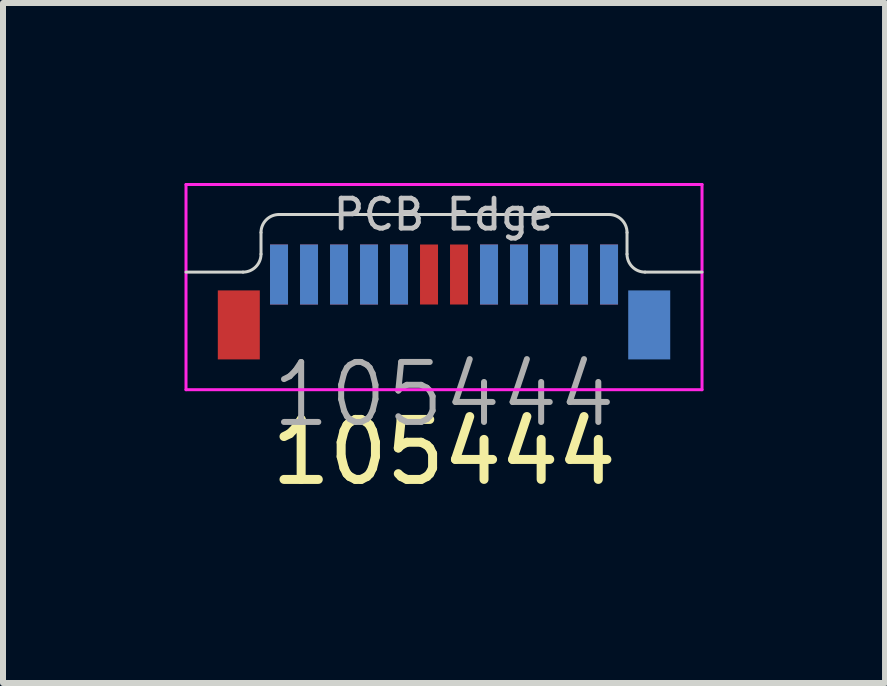
<source format=kicad_pcb>
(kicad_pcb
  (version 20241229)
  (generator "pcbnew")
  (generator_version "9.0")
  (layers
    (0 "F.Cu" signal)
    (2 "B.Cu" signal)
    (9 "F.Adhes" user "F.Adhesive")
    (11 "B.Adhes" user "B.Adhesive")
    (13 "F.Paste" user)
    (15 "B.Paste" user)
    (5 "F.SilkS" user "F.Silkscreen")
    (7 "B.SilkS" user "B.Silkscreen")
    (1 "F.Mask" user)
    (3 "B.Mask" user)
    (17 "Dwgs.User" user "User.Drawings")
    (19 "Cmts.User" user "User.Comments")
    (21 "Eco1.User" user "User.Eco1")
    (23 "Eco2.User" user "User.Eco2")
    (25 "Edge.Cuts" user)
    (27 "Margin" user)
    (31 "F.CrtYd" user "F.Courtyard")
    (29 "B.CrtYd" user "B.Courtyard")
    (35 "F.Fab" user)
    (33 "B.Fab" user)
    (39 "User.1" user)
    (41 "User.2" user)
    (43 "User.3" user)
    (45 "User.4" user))
  (footprint "105444"
    (layer "F.Cu")
    (at 4.35 1.485)
    (property "Reference" "105444" (at 0 3 0) (layer "F.SilkS") (effects (font (size 1 1) (thickness 0.15))))
    (attr smd)
    (fp_line (start -3.35 0) (end -4.3 0) (stroke (width 0.1) (type solid)) (layer "Eco1.User"))
    (fp_line (start -3.05 -0.66) (end -3.05 -0.3) (stroke (width 0.1) (type solid)) (layer "Eco1.User"))
    (fp_line (start -2.75 -0.96) (end 2.75 -0.96) (stroke (width 0.1) (type solid)) (layer "Eco1.User"))
    (fp_line (start 3.05 -0.66) (end 3.05 -0.3) (stroke (width 0.1) (type solid)) (layer "Eco1.User"))
    (fp_line (start 3.35 0) (end 4.3 0) (stroke (width 0.1) (type solid)) (layer "Eco1.User"))
    (fp_arc (start -3.05 -0.66) (mid -2.962132 -0.872132) (end -2.75 -0.96) (stroke (width 0.1) (type solid)) (layer "Eco1.User"))
    (fp_arc (start -3.05 -0.3) (mid -3.137868 -0.087868) (end -3.35 0) (stroke (width 0.1) (type solid)) (layer "Eco1.User"))
    (fp_arc (start 2.75 -0.96) (mid 2.962132 -0.872132) (end 3.05 -0.66) (stroke (width 0.1) (type solid)) (layer "Eco1.User"))
    (fp_arc (start 3.35 0) (mid 3.137868 -0.087868) (end 3.05 -0.3) (stroke (width 0.1) (type solid)) (layer "Eco1.User"))
    (fp_line (start -3.35 0) (end -4.3 0) (stroke (width 0.05) (type solid)) (layer "Edge.Cuts"))
    (fp_line (start -3.05 -0.66) (end -3.05 -0.3) (stroke (width 0.05) (type solid)) (layer "Edge.Cuts"))
    (fp_line (start -2.75 -0.96) (end 2.75 -0.96) (stroke (width 0.05) (type solid)) (layer "Edge.Cuts"))
    (fp_line (start 3.05 -0.66) (end 3.05 -0.3) (stroke (width 0.05) (type solid)) (layer "Edge.Cuts"))
    (fp_line (start 3.35 0) (end 4.3 0) (stroke (width 0.05) (type solid)) (layer "Edge.Cuts"))
    (fp_arc (start -3.05 -0.66) (mid -2.962132 -0.872132) (end -2.75 -0.96) (stroke (width 0.05) (type solid)) (layer "Edge.Cuts"))
    (fp_arc (start -3.05 -0.3) (mid -3.137868 -0.087868) (end -3.35 0) (stroke (width 0.05) (type solid)) (layer "Edge.Cuts"))
    (fp_arc (start 2.75 -0.96) (mid 2.962132 -0.872132) (end 3.05 -0.66) (stroke (width 0.05) (type solid)) (layer "Edge.Cuts"))
    (fp_arc (start 3.35 0) (mid 3.137868 -0.087868) (end 3.05 -0.3) (stroke (width 0.05) (type solid)) (layer "Edge.Cuts"))
    (fp_line (start -4.3 1.96) (end -4.3 -1.46) (stroke (width 0.05) (type solid)) (layer "F.CrtYd"))
    (fp_line (start 4.3 -1.46) (end -4.3 -1.46) (stroke (width 0.05) (type solid)) (layer "F.CrtYd"))
    (fp_line (start 4.3 1.96) (end -4.3 1.96) (stroke (width 0.05) (type solid)) (layer "F.CrtYd"))
    (fp_line (start 4.3 1.96) (end 4.3 -1.46) (stroke (width 0.05) (type solid)) (layer "F.CrtYd"))
    (fp_text user "PCB Edge" (at 0 -0.96 0) (layer "Dwgs.User") (effects (font (size 0.5 0.5) (thickness 0.08))))
    (fp_text user "${REFERENCE}" (at 0 2.04 0) (layer "F.Fab") (effects (font (size 1 1) (thickness 0.1))))
    (pad "A1" smd rect (at -2.75 0.04) (size 0.3 1) (layers "F.Cu" "F.Mask" "F.Paste"))
    (pad "A2" smd rect (at -2.25 0.04) (size 0.3 1) (layers "F.Cu" "F.Mask" "F.Paste"))
    (pad "A3" smd rect (at -1.75 0.04) (size 0.3 1) (layers "F.Cu" "F.Mask" "F.Paste"))
    (pad "A4" smd rect (at -1.25 0.04) (size 0.3 1) (layers "F.Cu" "F.Mask" "F.Paste"))
    (pad "A5" smd rect (at -0.75 0.04) (size 0.3 1) (layers "F.Cu" "F.Mask" "F.Paste"))
    (pad "A6" smd rect (at -0.25 0.04) (size 0.3 1) (layers "F.Cu" "F.Mask" "F.Paste"))
    (pad "A7" smd rect (at 0.25 0.04) (size 0.3 1) (layers "F.Cu" "F.Mask" "F.Paste"))
    (pad "A8" smd rect (at 0.75 0.04) (size 0.3 1) (layers "F.Cu" "F.Mask" "F.Paste"))
    (pad "A9" smd rect (at 1.25 0.04) (size 0.3 1) (layers "F.Cu" "F.Mask" "F.Paste"))
    (pad "A10" smd rect (at 1.75 0.04) (size 0.3 1) (layers "F.Cu" "F.Mask" "F.Paste"))
    (pad "A11" smd rect (at 2.25 0.04) (size 0.3 1) (layers "F.Cu" "F.Mask" "F.Paste"))
    (pad "A12" smd rect (at 2.75 0.04) (size 0.3 1) (layers "F.Cu" "F.Mask" "F.Paste"))
    (pad "B1" smd rect (at 2.75 0.04) (size 0.3 1) (layers "B.Cu" "B.Mask" "B.Paste"))
    (pad "B2" smd rect (at 2.25 0.04) (size 0.3 1) (layers "B.Cu" "B.Mask" "B.Paste"))
    (pad "B3" smd rect (at 1.75 0.04) (size 0.3 1) (layers "B.Cu" "B.Mask" "B.Paste"))
    (pad "B4" smd rect (at 1.25 0.04) (size 0.3 1) (layers "B.Cu" "B.Mask" "B.Paste"))
    (pad "B5" smd rect (at 0.75 0.04) (size 0.3 1) (layers "B.Cu" "B.Mask" "B.Paste"))
    (pad "B8" smd rect (at -0.75 0.04) (size 0.3 1) (layers "B.Cu" "B.Mask" "B.Paste"))
    (pad "B9" smd rect (at -1.25 0.04) (size 0.3 1) (layers "B.Cu" "B.Mask" "B.Paste"))
    (pad "B10" smd rect (at -1.75 0.04) (size 0.3 1) (layers "B.Cu" "B.Mask" "B.Paste"))
    (pad "B11" smd rect (at -2.25 0.04) (size 0.3 1) (layers "B.Cu" "B.Mask" "B.Paste"))
    (pad "B12" smd rect (at -2.75 0.04) (size 0.3 1) (layers "B.Cu" "B.Mask" "B.Paste"))
    (pad "S1" smd rect (at -3.42 0.88) (size 0.7 1.15) (layers "F.Cu" "F.Mask" "F.Paste"))
    (pad "S1" smd rect (at 3.42 0.88) (size 0.7 1.15) (layers "B.Cu" "B.Mask" "B.Paste")))
  (gr_rect
    (start -3 -3)
    (end 11.7 8.333)
    (stroke (width 0.1) (type default))
    (fill no)
    (layer "Edge.Cuts")))
</source>
